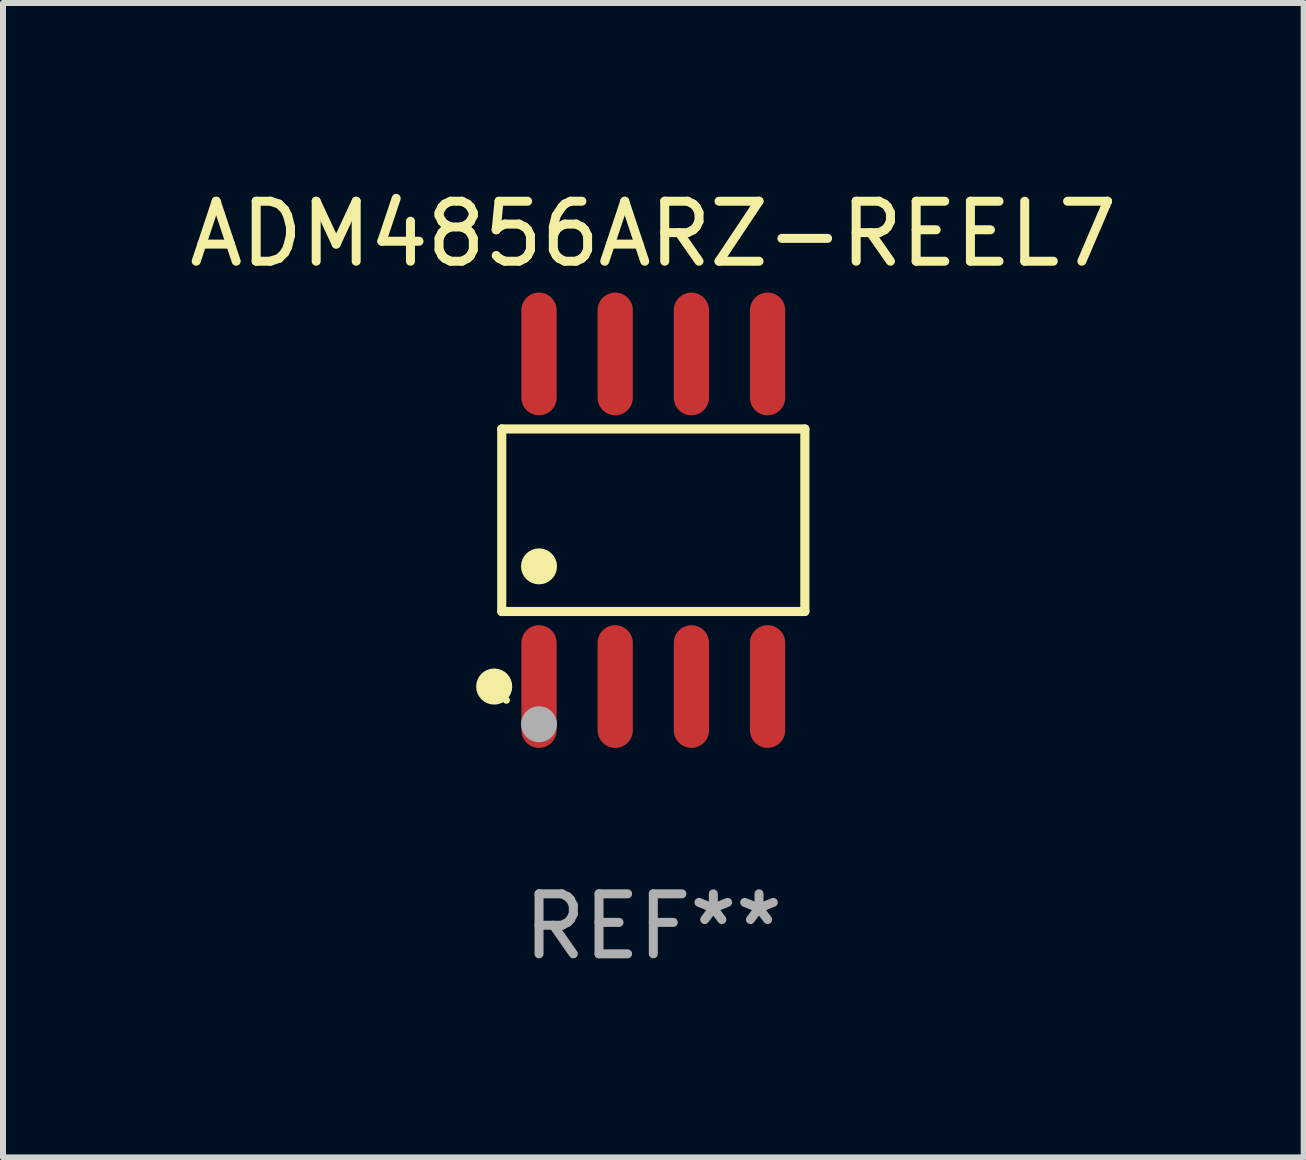
<source format=kicad_pcb>
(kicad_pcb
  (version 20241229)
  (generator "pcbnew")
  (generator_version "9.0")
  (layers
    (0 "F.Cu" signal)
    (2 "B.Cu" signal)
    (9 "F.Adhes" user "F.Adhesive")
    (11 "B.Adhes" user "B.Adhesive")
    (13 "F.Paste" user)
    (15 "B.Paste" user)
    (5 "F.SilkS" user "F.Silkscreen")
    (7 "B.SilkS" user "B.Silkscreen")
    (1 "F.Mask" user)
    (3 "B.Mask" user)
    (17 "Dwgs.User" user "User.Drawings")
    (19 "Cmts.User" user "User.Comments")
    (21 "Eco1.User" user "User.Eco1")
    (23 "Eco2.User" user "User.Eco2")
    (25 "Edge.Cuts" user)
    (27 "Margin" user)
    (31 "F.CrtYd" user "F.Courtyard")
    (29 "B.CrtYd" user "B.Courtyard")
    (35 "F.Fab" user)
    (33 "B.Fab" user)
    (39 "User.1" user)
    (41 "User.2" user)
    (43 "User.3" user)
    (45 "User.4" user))
  (footprint "ADM4856ARZ-REEL7"
    (layer "F.Cu")
    (at 7.839 5.621)
    (property "Reference" "ADM4856ARZ-REEL7" (at 0 -4.772 0) (layer "F.SilkS") (effects (font (size 1 1) (thickness 0.15))))
    (attr through_hole)
    (fp_line (start -2.526 -1.521) (end 2.526 -1.521) (stroke (width 0.152) (type solid)) (layer "F.SilkS"))
    (fp_line (start -2.526 1.521) (end -2.526 -1.521) (stroke (width 0.152) (type solid)) (layer "F.SilkS"))
    (fp_line (start 2.526 -1.521) (end 2.526 1.521) (stroke (width 0.152) (type solid)) (layer "F.SilkS"))
    (fp_line (start 2.526 1.521) (end -2.526 1.521) (stroke (width 0.152) (type solid)) (layer "F.SilkS"))
    (fp_circle (center -2.652 2.772) (end -2.501 2.772) (stroke (width 0.3) (type solid)) (fill no) (layer "F.SilkS"))
    (fp_circle (center -2.45 3) (end -2.42 3) (stroke (width 0.06) (type solid)) (fill no) (layer "F.SilkS"))
    (fp_circle (center -1.905 0.769) (end -1.755 0.769) (stroke (width 0.3) (type solid)) (fill no) (layer "F.SilkS"))
    (fp_circle (center -1.905 3.4) (end -1.755 3.4) (stroke (width 0.3) (type solid)) (fill no) (layer "F.Fab"))
    (fp_text user "REF**" (at 0 6.772 0) (layer "F.Fab") (effects (font (size 1 1) (thickness 0.15))))
    (pad "1" smd oval (at -1.905 2.772) (size 0.588 2.045) (layers "F.Cu" "F.Mask" "F.Paste"))
    (pad "2" smd oval (at -0.635 2.772) (size 0.588 2.045) (layers "F.Cu" "F.Mask" "F.Paste"))
    (pad "3" smd oval (at 0.635 2.772) (size 0.588 2.045) (layers "F.Cu" "F.Mask" "F.Paste"))
    (pad "4" smd oval (at 1.905 2.772) (size 0.588 2.045) (layers "F.Cu" "F.Mask" "F.Paste"))
    (pad "5" smd oval (at 1.905 -2.772) (size 0.588 2.045) (layers "F.Cu" "F.Mask" "F.Paste"))
    (pad "6" smd oval (at 0.635 -2.772) (size 0.588 2.045) (layers "F.Cu" "F.Mask" "F.Paste"))
    (pad "7" smd oval (at -0.635 -2.772) (size 0.588 2.045) (layers "F.Cu" "F.Mask" "F.Paste"))
    (pad "8" smd oval (at -1.905 -2.772) (size 0.588 2.045) (layers "F.Cu" "F.Mask" "F.Paste")))
  (gr_rect
    (start -3 -3)
    (end 18.679 16.241)
    (stroke (width 0.1) (type default))
    (fill no)
    (layer "Edge.Cuts")))
</source>
